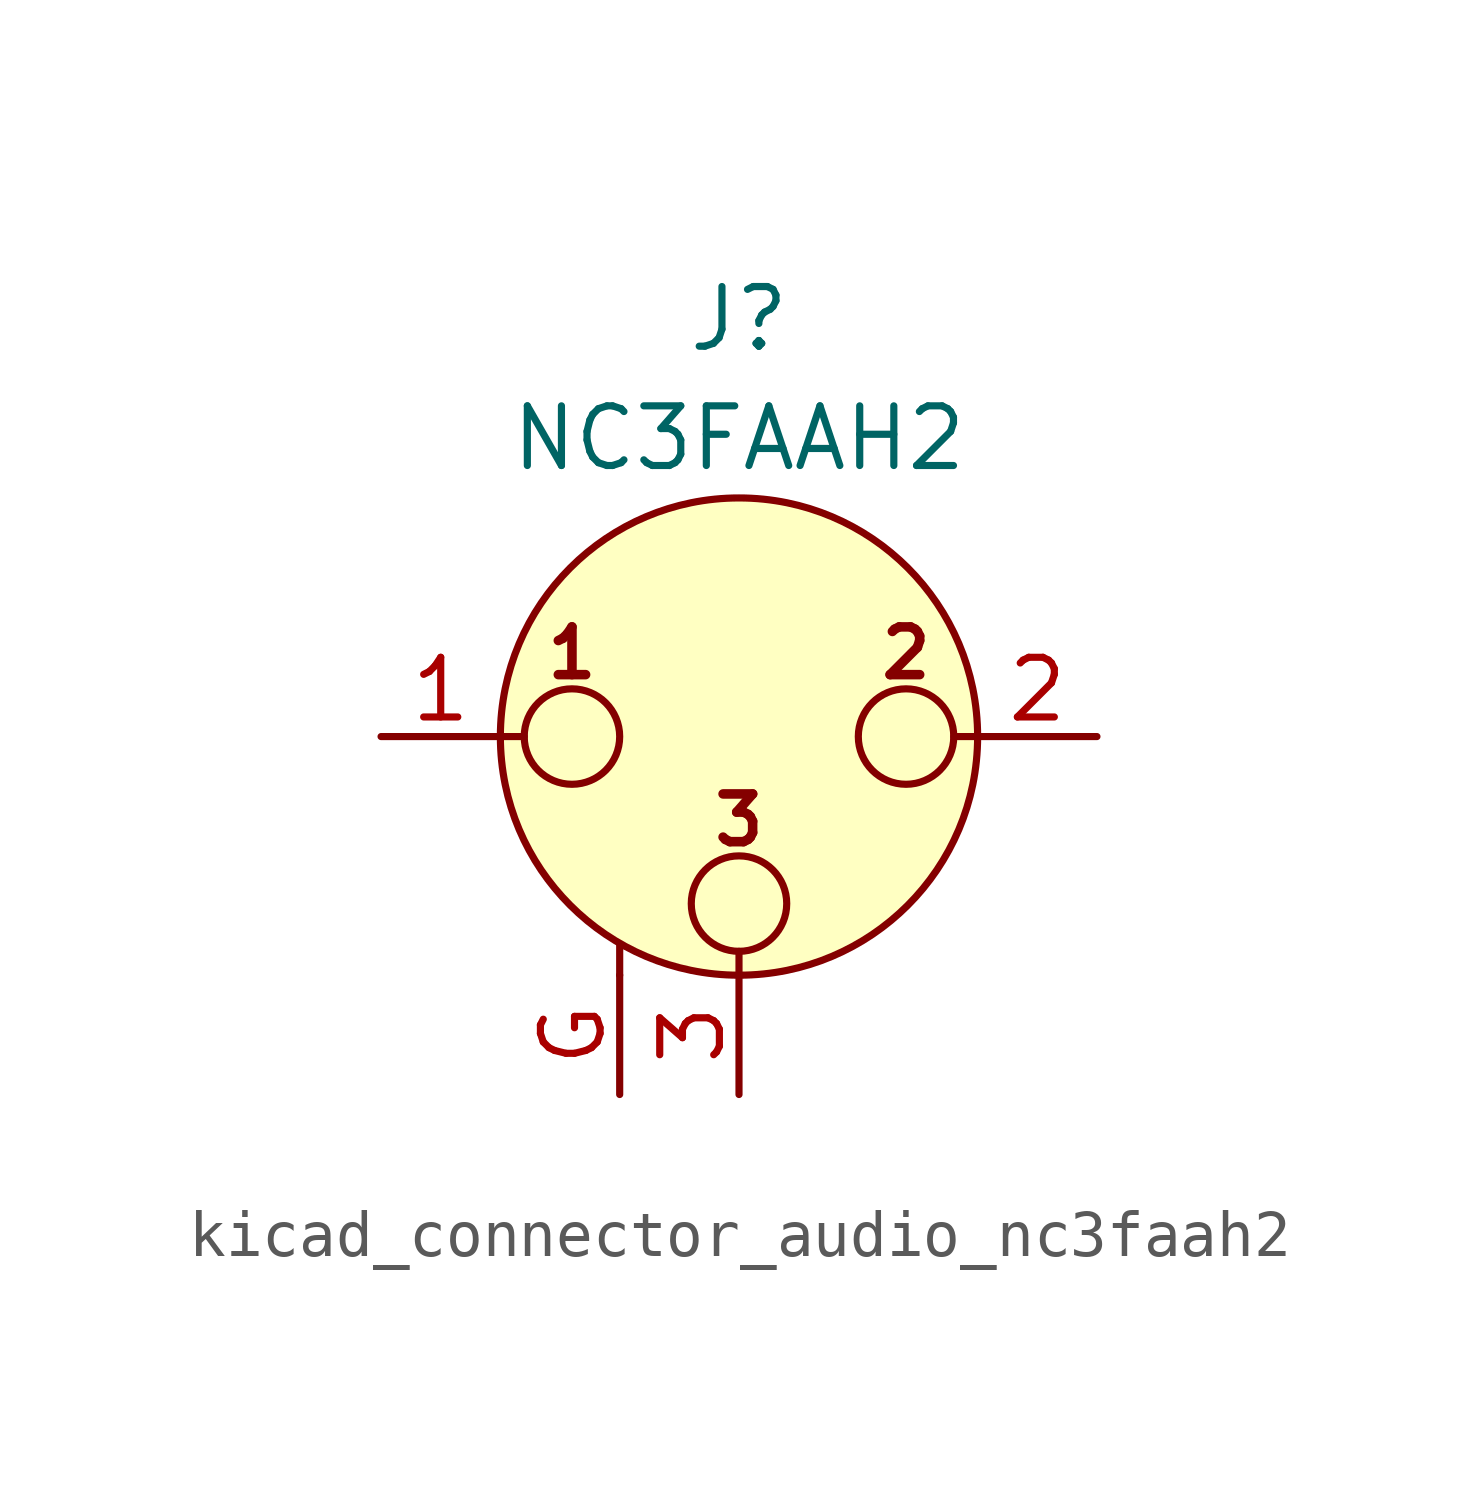
<source format=kicad_sym>
(kicad_symbol_lib
  (version 20220914)
  (generator kicad_symbol_editor)
  (symbol "kicad_connector_audio_nc3faah2"
    (pin_names hide)
    (property "Reference" "J"
      (at 0 8.89 0)
      (effects (font (size 1.27 1.27))))
    (property "Value" "NC3FAAH2"
      (at 0 6.35 0)
      (effects (font (size 1.27 1.27))))
    (symbol "kicad_connector_audio_nc3faah2_0_1"
      (circle (center -3.556 0) (radius 1.016) (stroke (width 0) (type default)) (fill (type none)))
      (circle (center 0 -3.556) (radius 1.016) (stroke (width 0) (type default)) (fill (type none)))
      (polyline (pts (xy -5.08 0) (xy -4.572 0)) (stroke (width 0) (type default)) (fill (type none)))
      (polyline (pts (xy -2.54 -5.08) (xy -2.54 -4.445)) (stroke (width 0) (type default)) (fill (type none)))
      (polyline (pts (xy 0 -5.08) (xy 0 -4.572)) (stroke (width 0) (type default)) (fill (type none)))
      (polyline (pts (xy 5.08 0) (xy 4.572 0)) (stroke (width 0) (type default)) (fill (type none)))
      (circle (center 0 0) (radius 5.08) (stroke (width 0) (type default)) (fill (type background)))
      (circle (center 3.556 0) (radius 1.016) (stroke (width 0) (type default)) (fill (type none)))
      (text "1" (at -3.556 1.778 0) (effects (font (size 1.016 1.016) bold)))
      (text "2" (at 3.556 1.778 0) (effects (font (size 1.016 1.016) bold)))
      (text "3" (at 0 -1.778 0) (effects (font (size 1.016 1.016) bold)))
      (pin passive line (at -7.62 0 0) (length 2.54) (name "~" (effects (font (size 1.27 1.27)))) (number "1" (effects (font (size 1.27 1.27)))))
      (pin passive line (at 7.62 0 180) (length 2.54) (name "~" (effects (font (size 1.27 1.27)))) (number "2" (effects (font (size 1.27 1.27)))))
      (pin passive line (at 0 -7.62 90) (length 2.54) (name "~" (effects (font (size 1.27 1.27)))) (number "3" (effects (font (size 1.27 1.27))))))
    (symbol "kicad_connector_audio_nc3faah2_1_1"
      (pin passive line (at -2.54 -7.62 90) (length 2.54) (name "~" (effects (font (size 1.27 1.27)))) (number "G" (effects (font (size 1.27 1.27))))))))
</source>
